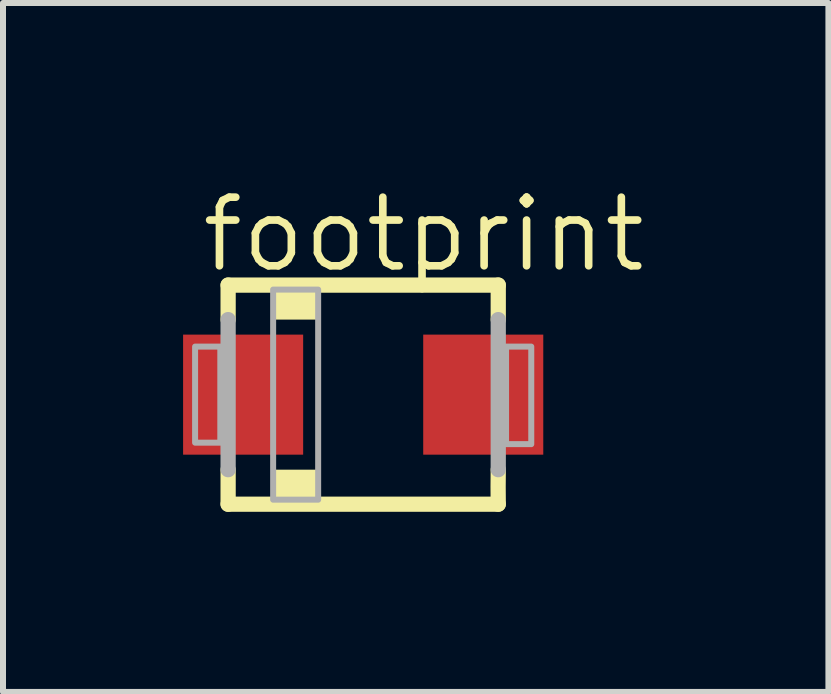
<source format=kicad_pcb>
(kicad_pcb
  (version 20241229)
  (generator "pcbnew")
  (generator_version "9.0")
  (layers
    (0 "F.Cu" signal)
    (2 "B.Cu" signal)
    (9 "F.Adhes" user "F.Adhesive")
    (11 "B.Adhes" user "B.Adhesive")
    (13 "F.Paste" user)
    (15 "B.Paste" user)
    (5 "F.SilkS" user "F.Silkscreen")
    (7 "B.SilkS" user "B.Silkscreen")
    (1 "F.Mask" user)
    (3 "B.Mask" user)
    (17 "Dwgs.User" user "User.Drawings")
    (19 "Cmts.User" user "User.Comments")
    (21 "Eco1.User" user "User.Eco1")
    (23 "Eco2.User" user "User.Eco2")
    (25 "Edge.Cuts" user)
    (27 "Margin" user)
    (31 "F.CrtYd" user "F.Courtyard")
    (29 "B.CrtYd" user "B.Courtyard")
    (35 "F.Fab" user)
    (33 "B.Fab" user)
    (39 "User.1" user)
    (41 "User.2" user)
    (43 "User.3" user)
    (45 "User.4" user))
  (footprint "footprint"
    (layer "F.Cu")
    (at 3 3.524)
    (property "Reference" "footprint" (at -2.75 -2 0) (layer "F.SilkS") (effects (font (size 1.143 1.143) (thickness 0.127)) (justify left bottom)))
    (fp_line (start -2.25 -1.825) (end -2.25 -1.25) (stroke (width 0.254) (type solid)) (layer "F.SilkS"))
    (fp_line (start -2.25 -1.825) (end 2.25 -1.825) (stroke (width 0.254) (type solid)) (layer "F.SilkS"))
    (fp_line (start -2.25 1.825) (end -2.25 1.25) (stroke (width 0.254) (type solid)) (layer "F.SilkS"))
    (fp_line (start 2.25 -1.825) (end 2.25 -1.25) (stroke (width 0.254) (type solid)) (layer "F.SilkS"))
    (fp_line (start 2.25 1.825) (end -2.25 1.825) (stroke (width 0.254) (type solid)) (layer "F.SilkS"))
    (fp_arc (start 2.25 1.825) (mid 2.247611 1.5375) (end 2.25 1.25) (stroke (width 0.254) (type solid)) (layer "F.SilkS"))
    (fp_poly (pts (xy -1.5 -1.25) (xy -0.75 -1.25) (xy -0.75 -1.75) (xy -1.5 -1.75)) (stroke (width 0) (type solid)) (fill yes) (layer "F.SilkS"))
    (fp_poly (pts (xy -1.5 1.75) (xy -0.75 1.75) (xy -0.75 1.25) (xy -1.5 1.25)) (stroke (width 0) (type solid)) (fill yes) (layer "F.SilkS"))
    (fp_line (start -2.25 1.25) (end -2.25 -1.25) (stroke (width 0.254) (type solid)) (layer "F.Fab"))
    (fp_line (start 2.25 -1.25) (end 2.25 1.25) (stroke (width 0.254) (type solid)) (layer "F.Fab"))
    (fp_poly (pts (xy -2.8 0.8) (xy -2.38 0.8) (xy -2.38 -0.8) (xy -2.8 -0.8)) (stroke (width 0.1) (type solid)) (fill no) (layer "F.Fab"))
    (fp_poly (pts (xy -1.5 1.75) (xy -0.75 1.75) (xy -0.75 -1.75) (xy -1.5 -1.75)) (stroke (width 0.1) (type solid)) (fill no) (layer "F.Fab"))
    (fp_poly (pts (xy 2.38 0.825) (xy 2.8 0.825) (xy 2.8 -0.8) (xy 2.38 -0.8)) (stroke (width 0.1) (type solid)) (fill no) (layer "F.Fab"))
    (pad "A" smd rect (at 2 0) (size 2 2) (layers "F.Cu" "F.Mask" "F.Paste"))
    (pad "C" smd rect (at -2 0) (size 2 2) (layers "F.Cu" "F.Mask" "F.Paste")))
  (gr_rect
    (start -3 -3)
    (end 10.75 8.476)
    (stroke (width 0.1) (type default))
    (fill no)
    (layer "Edge.Cuts")))
</source>
